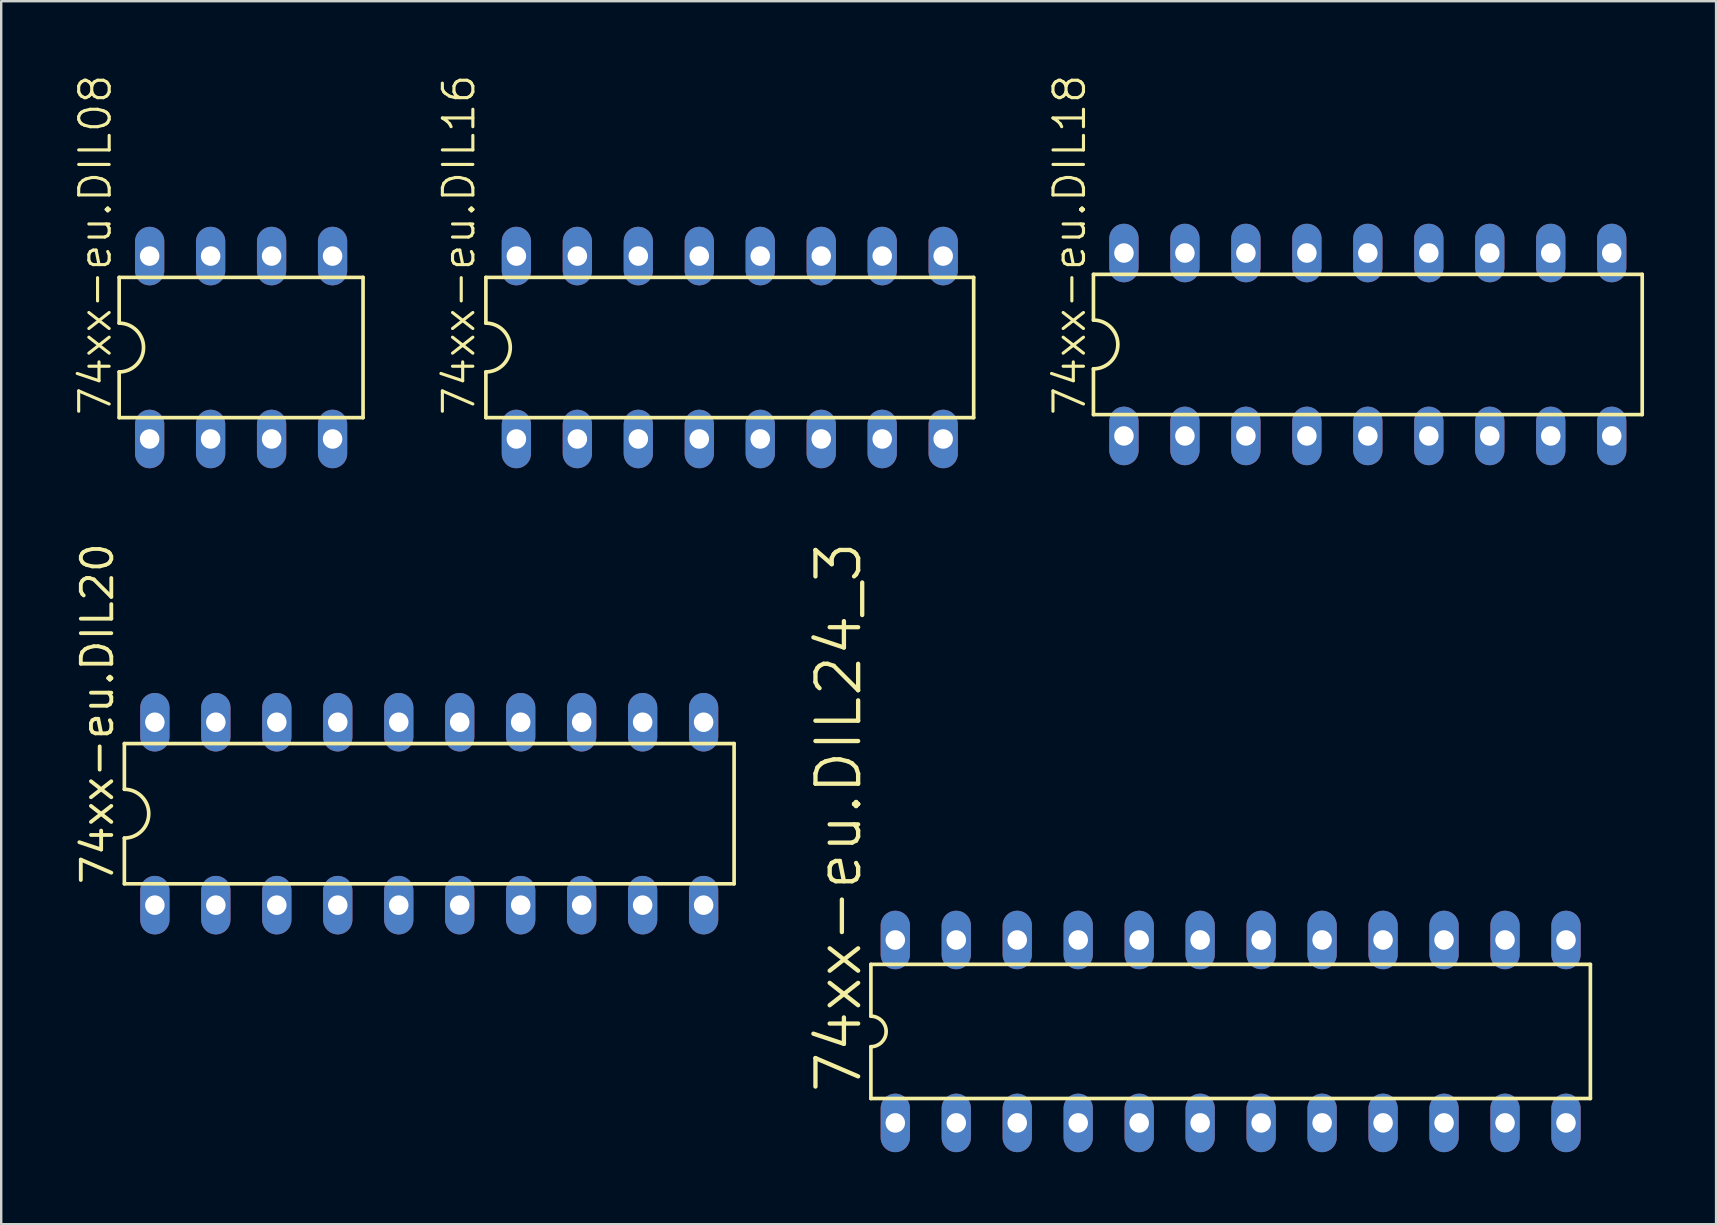
<source format=kicad_pcb>
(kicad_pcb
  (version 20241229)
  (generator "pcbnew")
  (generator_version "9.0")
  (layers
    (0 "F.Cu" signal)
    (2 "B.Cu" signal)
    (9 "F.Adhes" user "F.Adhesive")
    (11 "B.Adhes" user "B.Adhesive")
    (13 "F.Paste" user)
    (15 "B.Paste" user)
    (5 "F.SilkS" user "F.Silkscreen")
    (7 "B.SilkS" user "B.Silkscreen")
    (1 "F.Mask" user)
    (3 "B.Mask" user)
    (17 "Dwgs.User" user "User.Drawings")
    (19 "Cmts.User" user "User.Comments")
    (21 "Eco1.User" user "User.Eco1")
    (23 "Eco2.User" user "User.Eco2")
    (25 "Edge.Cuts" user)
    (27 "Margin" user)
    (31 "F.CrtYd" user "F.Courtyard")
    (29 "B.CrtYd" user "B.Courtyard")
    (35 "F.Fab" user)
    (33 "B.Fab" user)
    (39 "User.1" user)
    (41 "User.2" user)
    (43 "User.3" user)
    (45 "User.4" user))
  (footprint "74xx-eu.DIL18"
    (layer "F.Cu")
    (at 53.931 11.3)
    (property "Reference" "74xx-eu.DIL18" (at -11.684 3.048 90) (layer "F.SilkS") (effects (font (size 1.27 1.27) (thickness 0.13)) (justify left bottom)))
    (attr through_hole)
    (fp_line (start -11.43 -2.921) (end -11.43 -1.016) (stroke (width 0.152) (type default)) (layer "F.SilkS"))
    (fp_line (start -11.43 2.921) (end -11.43 1.016) (stroke (width 0.152) (type default)) (layer "F.SilkS"))
    (fp_line (start -11.43 2.921) (end 11.43 2.921) (stroke (width 0.152) (type default)) (layer "F.SilkS"))
    (fp_line (start 11.43 -2.921) (end -11.43 -2.921) (stroke (width 0.152) (type default)) (layer "F.SilkS"))
    (fp_line (start 11.43 -2.921) (end 11.43 2.921) (stroke (width 0.152) (type default)) (layer "F.SilkS"))
    (fp_arc (start -11.43 -1.016) (mid -10.414 0) (end -11.43 1.016) (stroke (width 0.1524) (type default)) (layer "F.SilkS"))
    (pad "1" thru_hole oval (at -10.16 3.81 90) (size 2.438 1.219) (drill 0.813) (layers "*.Cu" "*.Mask"))
    (pad "2" thru_hole oval (at -7.62 3.81 90) (size 2.438 1.219) (drill 0.813) (layers "*.Cu" "*.Mask"))
    (pad "3" thru_hole oval (at -5.08 3.81 90) (size 2.438 1.219) (drill 0.813) (layers "*.Cu" "*.Mask"))
    (pad "4" thru_hole oval (at -2.54 3.81 90) (size 2.438 1.219) (drill 0.813) (layers "*.Cu" "*.Mask"))
    (pad "5" thru_hole oval (at 0 3.81 90) (size 2.438 1.219) (drill 0.813) (layers "*.Cu" "*.Mask"))
    (pad "6" thru_hole oval (at 2.54 3.81 90) (size 2.438 1.219) (drill 0.813) (layers "*.Cu" "*.Mask"))
    (pad "7" thru_hole oval (at 5.08 3.81 90) (size 2.438 1.219) (drill 0.813) (layers "*.Cu" "*.Mask"))
    (pad "8" thru_hole oval (at 7.62 3.81 90) (size 2.438 1.219) (drill 0.813) (layers "*.Cu" "*.Mask"))
    (pad "9" thru_hole oval (at 10.16 3.81 90) (size 2.438 1.219) (drill 0.813) (layers "*.Cu" "*.Mask"))
    (pad "10" thru_hole oval (at 10.16 -3.81 90) (size 2.438 1.219) (drill 0.813) (layers "*.Cu" "*.Mask"))
    (pad "11" thru_hole oval (at 7.62 -3.81 90) (size 2.438 1.219) (drill 0.813) (layers "*.Cu" "*.Mask"))
    (pad "12" thru_hole oval (at 5.08 -3.81 90) (size 2.438 1.219) (drill 0.813) (layers "*.Cu" "*.Mask"))
    (pad "13" thru_hole oval (at 2.54 -3.81 90) (size 2.438 1.219) (drill 0.813) (layers "*.Cu" "*.Mask"))
    (pad "14" thru_hole oval (at 0 -3.81 90) (size 2.438 1.219) (drill 0.813) (layers "*.Cu" "*.Mask"))
    (pad "15" thru_hole oval (at -2.54 -3.81 90) (size 2.438 1.219) (drill 0.813) (layers "*.Cu" "*.Mask"))
    (pad "16" thru_hole oval (at -5.08 -3.81 90) (size 2.438 1.219) (drill 0.813) (layers "*.Cu" "*.Mask"))
    (pad "17" thru_hole oval (at -7.62 -3.81 90) (size 2.438 1.219) (drill 0.813) (layers "*.Cu" "*.Mask"))
    (pad "18" thru_hole oval (at -10.16 -3.81 90) (size 2.438 1.219) (drill 0.813) (layers "*.Cu" "*.Mask")))
  (footprint "74xx-eu.DIL24_3"
    (layer "F.Cu")
    (at 48.216 39.918)
    (property "Reference" "74xx-eu.DIL24_3" (at -15.291 2.667 90) (layer "F.SilkS") (effects (font (size 1.778 1.778) (thickness 0.18)) (justify left bottom)))
    (attr through_hole)
    (fp_line (start -14.986 -2.794) (end -14.986 -0.635) (stroke (width 0.152) (type default)) (layer "F.SilkS"))
    (fp_line (start -14.986 -2.794) (end 14.986 -2.794) (stroke (width 0.152) (type default)) (layer "F.SilkS"))
    (fp_line (start -14.986 0.635) (end -14.986 2.794) (stroke (width 0.152) (type default)) (layer "F.SilkS"))
    (fp_line (start -14.986 2.794) (end 14.986 2.794) (stroke (width 0.152) (type default)) (layer "F.SilkS"))
    (fp_line (start 14.986 2.794) (end 14.986 -2.794) (stroke (width 0.152) (type default)) (layer "F.SilkS"))
    (fp_arc (start -14.986 -0.635) (mid -14.351 0) (end -14.986 0.635) (stroke (width 0.1524) (type default)) (layer "F.SilkS"))
    (pad "1" thru_hole oval (at -13.97 3.81 90) (size 2.438 1.219) (drill 0.813) (layers "*.Cu" "*.Mask"))
    (pad "2" thru_hole oval (at -11.43 3.81 90) (size 2.438 1.219) (drill 0.813) (layers "*.Cu" "*.Mask"))
    (pad "3" thru_hole oval (at -8.89 3.81 90) (size 2.438 1.219) (drill 0.813) (layers "*.Cu" "*.Mask"))
    (pad "4" thru_hole oval (at -6.35 3.81 90) (size 2.438 1.219) (drill 0.813) (layers "*.Cu" "*.Mask"))
    (pad "5" thru_hole oval (at -3.81 3.81 90) (size 2.438 1.219) (drill 0.813) (layers "*.Cu" "*.Mask"))
    (pad "6" thru_hole oval (at -1.27 3.81 90) (size 2.438 1.219) (drill 0.813) (layers "*.Cu" "*.Mask"))
    (pad "7" thru_hole oval (at 1.27 3.81 90) (size 2.438 1.219) (drill 0.813) (layers "*.Cu" "*.Mask"))
    (pad "8" thru_hole oval (at 3.81 3.81 90) (size 2.438 1.219) (drill 0.813) (layers "*.Cu" "*.Mask"))
    (pad "9" thru_hole oval (at 6.35 3.81 90) (size 2.438 1.219) (drill 0.813) (layers "*.Cu" "*.Mask"))
    (pad "10" thru_hole oval (at 8.89 3.81 90) (size 2.438 1.219) (drill 0.813) (layers "*.Cu" "*.Mask"))
    (pad "11" thru_hole oval (at 11.43 3.81 90) (size 2.438 1.219) (drill 0.813) (layers "*.Cu" "*.Mask"))
    (pad "12" thru_hole oval (at 13.97 3.81 90) (size 2.438 1.219) (drill 0.813) (layers "*.Cu" "*.Mask"))
    (pad "13" thru_hole oval (at 13.97 -3.81 90) (size 2.438 1.219) (drill 0.813) (layers "*.Cu" "*.Mask"))
    (pad "14" thru_hole oval (at 11.43 -3.81 90) (size 2.438 1.219) (drill 0.813) (layers "*.Cu" "*.Mask"))
    (pad "15" thru_hole oval (at 8.89 -3.81 90) (size 2.438 1.219) (drill 0.813) (layers "*.Cu" "*.Mask"))
    (pad "16" thru_hole oval (at 6.35 -3.81 90) (size 2.438 1.219) (drill 0.813) (layers "*.Cu" "*.Mask"))
    (pad "17" thru_hole oval (at 3.81 -3.81 90) (size 2.438 1.219) (drill 0.813) (layers "*.Cu" "*.Mask"))
    (pad "18" thru_hole oval (at 1.27 -3.81 90) (size 2.438 1.219) (drill 0.813) (layers "*.Cu" "*.Mask"))
    (pad "19" thru_hole oval (at -1.27 -3.81 90) (size 2.438 1.219) (drill 0.813) (layers "*.Cu" "*.Mask"))
    (pad "20" thru_hole oval (at -3.81 -3.81 90) (size 2.438 1.219) (drill 0.813) (layers "*.Cu" "*.Mask"))
    (pad "21" thru_hole oval (at -6.35 -3.81 90) (size 2.438 1.219) (drill 0.813) (layers "*.Cu" "*.Mask"))
    (pad "22" thru_hole oval (at -8.89 -3.81 90) (size 2.438 1.219) (drill 0.813) (layers "*.Cu" "*.Mask"))
    (pad "23" thru_hole oval (at -11.43 -3.81 90) (size 2.438 1.219) (drill 0.813) (layers "*.Cu" "*.Mask"))
    (pad "24" thru_hole oval (at -13.97 -3.81 90) (size 2.438 1.219) (drill 0.813) (layers "*.Cu" "*.Mask")))
  (footprint "74xx-eu.DIL20"
    (layer "F.Cu")
    (at 14.831 30.846)
    (property "Reference" "74xx-eu.DIL20" (at -13.081 3.048 90) (layer "F.SilkS") (effects (font (size 1.27 1.27) (thickness 0.16)) (justify left bottom)))
    (attr through_hole)
    (fp_line (start -12.7 -2.921) (end -12.7 -1.016) (stroke (width 0.152) (type default)) (layer "F.SilkS"))
    (fp_line (start -12.7 2.921) (end -12.7 1.016) (stroke (width 0.152) (type default)) (layer "F.SilkS"))
    (fp_line (start -12.7 2.921) (end 12.7 2.921) (stroke (width 0.152) (type default)) (layer "F.SilkS"))
    (fp_line (start 12.7 -2.921) (end -12.7 -2.921) (stroke (width 0.152) (type default)) (layer "F.SilkS"))
    (fp_line (start 12.7 -2.921) (end 12.7 2.921) (stroke (width 0.152) (type default)) (layer "F.SilkS"))
    (fp_arc (start -12.7 -1.016) (mid -11.684 0) (end -12.7 1.016) (stroke (width 0.1524) (type default)) (layer "F.SilkS"))
    (pad "1" thru_hole oval (at -11.43 3.81 90) (size 2.438 1.219) (drill 0.813) (layers "*.Cu" "*.Mask"))
    (pad "2" thru_hole oval (at -8.89 3.81 90) (size 2.438 1.219) (drill 0.813) (layers "*.Cu" "*.Mask"))
    (pad "3" thru_hole oval (at -6.35 3.81 90) (size 2.438 1.219) (drill 0.813) (layers "*.Cu" "*.Mask"))
    (pad "4" thru_hole oval (at -3.81 3.81 90) (size 2.438 1.219) (drill 0.813) (layers "*.Cu" "*.Mask"))
    (pad "5" thru_hole oval (at -1.27 3.81 90) (size 2.438 1.219) (drill 0.813) (layers "*.Cu" "*.Mask"))
    (pad "6" thru_hole oval (at 1.27 3.81 90) (size 2.438 1.219) (drill 0.813) (layers "*.Cu" "*.Mask"))
    (pad "7" thru_hole oval (at 3.81 3.81 90) (size 2.438 1.219) (drill 0.813) (layers "*.Cu" "*.Mask"))
    (pad "8" thru_hole oval (at 6.35 3.81 90) (size 2.438 1.219) (drill 0.813) (layers "*.Cu" "*.Mask"))
    (pad "9" thru_hole oval (at 8.89 3.81 90) (size 2.438 1.219) (drill 0.813) (layers "*.Cu" "*.Mask"))
    (pad "10" thru_hole oval (at 11.43 3.81 90) (size 2.438 1.219) (drill 0.813) (layers "*.Cu" "*.Mask"))
    (pad "11" thru_hole oval (at 11.43 -3.81 90) (size 2.438 1.219) (drill 0.813) (layers "*.Cu" "*.Mask"))
    (pad "12" thru_hole oval (at 8.89 -3.81 90) (size 2.438 1.219) (drill 0.813) (layers "*.Cu" "*.Mask"))
    (pad "13" thru_hole oval (at 6.35 -3.81 90) (size 2.438 1.219) (drill 0.813) (layers "*.Cu" "*.Mask"))
    (pad "14" thru_hole oval (at 3.81 -3.81 90) (size 2.438 1.219) (drill 0.813) (layers "*.Cu" "*.Mask"))
    (pad "15" thru_hole oval (at 1.27 -3.81 90) (size 2.438 1.219) (drill 0.813) (layers "*.Cu" "*.Mask"))
    (pad "16" thru_hole oval (at -1.27 -3.81 90) (size 2.438 1.219) (drill 0.813) (layers "*.Cu" "*.Mask"))
    (pad "17" thru_hole oval (at -3.81 -3.81 90) (size 2.438 1.219) (drill 0.813) (layers "*.Cu" "*.Mask"))
    (pad "18" thru_hole oval (at -6.35 -3.81 90) (size 2.438 1.219) (drill 0.813) (layers "*.Cu" "*.Mask"))
    (pad "19" thru_hole oval (at -8.89 -3.81 90) (size 2.438 1.219) (drill 0.813) (layers "*.Cu" "*.Mask"))
    (pad "20" thru_hole oval (at -11.43 -3.81 90) (size 2.438 1.219) (drill 0.813) (layers "*.Cu" "*.Mask")))
  (footprint "74xx-eu.DIL16"
    (layer "F.Cu")
    (at 27.351 11.427)
    (property "Reference" "74xx-eu.DIL16" (at -10.541 2.921 90) (layer "F.SilkS") (effects (font (size 1.27 1.27) (thickness 0.13)) (justify left bottom)))
    (attr through_hole)
    (fp_line (start -10.16 -2.921) (end -10.16 -1.016) (stroke (width 0.152) (type default)) (layer "F.SilkS"))
    (fp_line (start -10.16 2.921) (end -10.16 1.016) (stroke (width 0.152) (type default)) (layer "F.SilkS"))
    (fp_line (start -10.16 2.921) (end 10.16 2.921) (stroke (width 0.152) (type default)) (layer "F.SilkS"))
    (fp_line (start 10.16 -2.921) (end -10.16 -2.921) (stroke (width 0.152) (type default)) (layer "F.SilkS"))
    (fp_line (start 10.16 -2.921) (end 10.16 2.921) (stroke (width 0.152) (type default)) (layer "F.SilkS"))
    (fp_arc (start -10.16 -1.016) (mid -9.144 0) (end -10.16 1.016) (stroke (width 0.1524) (type default)) (layer "F.SilkS"))
    (pad "1" thru_hole oval (at -8.89 3.81 90) (size 2.438 1.219) (drill 0.813) (layers "*.Cu" "*.Mask"))
    (pad "2" thru_hole oval (at -6.35 3.81 90) (size 2.438 1.219) (drill 0.813) (layers "*.Cu" "*.Mask"))
    (pad "3" thru_hole oval (at -3.81 3.81 90) (size 2.438 1.219) (drill 0.813) (layers "*.Cu" "*.Mask"))
    (pad "4" thru_hole oval (at -1.27 3.81 90) (size 2.438 1.219) (drill 0.813) (layers "*.Cu" "*.Mask"))
    (pad "5" thru_hole oval (at 1.27 3.81 90) (size 2.438 1.219) (drill 0.813) (layers "*.Cu" "*.Mask"))
    (pad "6" thru_hole oval (at 3.81 3.81 90) (size 2.438 1.219) (drill 0.813) (layers "*.Cu" "*.Mask"))
    (pad "7" thru_hole oval (at 6.35 3.81 90) (size 2.438 1.219) (drill 0.813) (layers "*.Cu" "*.Mask"))
    (pad "8" thru_hole oval (at 8.89 3.81 90) (size 2.438 1.219) (drill 0.813) (layers "*.Cu" "*.Mask"))
    (pad "9" thru_hole oval (at 8.89 -3.81 90) (size 2.438 1.219) (drill 0.813) (layers "*.Cu" "*.Mask"))
    (pad "10" thru_hole oval (at 6.35 -3.81 90) (size 2.438 1.219) (drill 0.813) (layers "*.Cu" "*.Mask"))
    (pad "11" thru_hole oval (at 3.81 -3.81 90) (size 2.438 1.219) (drill 0.813) (layers "*.Cu" "*.Mask"))
    (pad "12" thru_hole oval (at 1.27 -3.81 90) (size 2.438 1.219) (drill 0.813) (layers "*.Cu" "*.Mask"))
    (pad "13" thru_hole oval (at -1.27 -3.81 90) (size 2.438 1.219) (drill 0.813) (layers "*.Cu" "*.Mask"))
    (pad "14" thru_hole oval (at -3.81 -3.81 90) (size 2.438 1.219) (drill 0.813) (layers "*.Cu" "*.Mask"))
    (pad "15" thru_hole oval (at -6.35 -3.81 90) (size 2.438 1.219) (drill 0.813) (layers "*.Cu" "*.Mask"))
    (pad "16" thru_hole oval (at -8.89 -3.81 90) (size 2.438 1.219) (drill 0.813) (layers "*.Cu" "*.Mask")))
  (footprint "74xx-eu.DIL08"
    (layer "F.Cu")
    (at 6.994 11.427)
    (property "Reference" "74xx-eu.DIL08" (at -5.334 2.921 90) (layer "F.SilkS") (effects (font (size 1.27 1.27) (thickness 0.13)) (justify left bottom)))
    (attr through_hole)
    (fp_line (start -5.08 -2.921) (end -5.08 -1.016) (stroke (width 0.152) (type default)) (layer "F.SilkS"))
    (fp_line (start -5.08 2.921) (end -5.08 1.016) (stroke (width 0.152) (type default)) (layer "F.SilkS"))
    (fp_line (start -5.08 2.921) (end 5.08 2.921) (stroke (width 0.152) (type default)) (layer "F.SilkS"))
    (fp_line (start 5.08 -2.921) (end -5.08 -2.921) (stroke (width 0.152) (type default)) (layer "F.SilkS"))
    (fp_line (start 5.08 -2.921) (end 5.08 2.921) (stroke (width 0.152) (type default)) (layer "F.SilkS"))
    (fp_arc (start -5.08 -1.016) (mid -4.064 0) (end -5.08 1.016) (stroke (width 0.1524) (type default)) (layer "F.SilkS"))
    (pad "1" thru_hole oval (at -3.81 3.81 90) (size 2.438 1.219) (drill 0.813) (layers "*.Cu" "*.Mask"))
    (pad "2" thru_hole oval (at -1.27 3.81 90) (size 2.438 1.219) (drill 0.813) (layers "*.Cu" "*.Mask"))
    (pad "3" thru_hole oval (at 1.27 3.81 90) (size 2.438 1.219) (drill 0.813) (layers "*.Cu" "*.Mask"))
    (pad "4" thru_hole oval (at 3.81 3.81 90) (size 2.438 1.219) (drill 0.813) (layers "*.Cu" "*.Mask"))
    (pad "5" thru_hole oval (at 3.81 -3.81 90) (size 2.438 1.219) (drill 0.813) (layers "*.Cu" "*.Mask"))
    (pad "6" thru_hole oval (at 1.27 -3.81 90) (size 2.438 1.219) (drill 0.813) (layers "*.Cu" "*.Mask"))
    (pad "7" thru_hole oval (at -1.27 -3.81 90) (size 2.438 1.219) (drill 0.813) (layers "*.Cu" "*.Mask"))
    (pad "8" thru_hole oval (at -3.81 -3.81 90) (size 2.438 1.219) (drill 0.813) (layers "*.Cu" "*.Mask")))
  (gr_rect
    (start -3 -3)
    (end 68.438 47.947)
    (stroke (width 0.1) (type default))
    (fill no)
    (layer "Edge.Cuts")))
</source>
